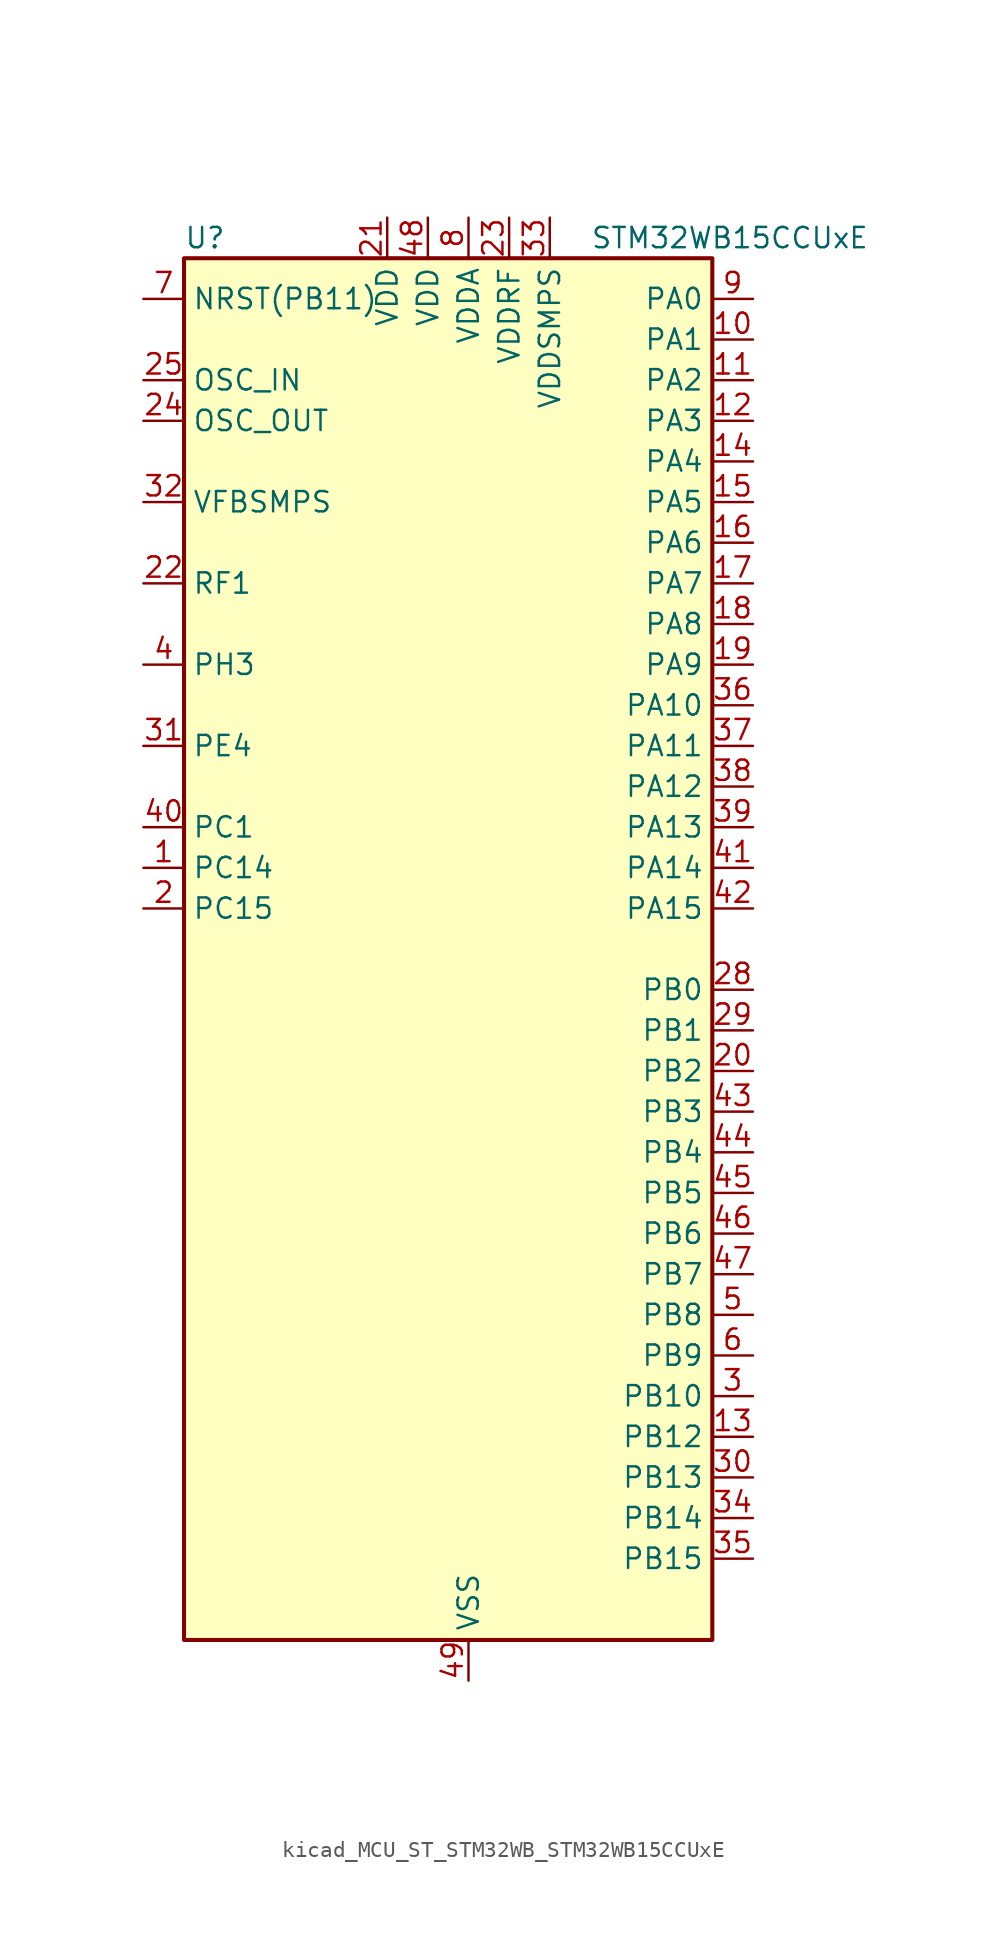
<source format=kicad_sym>
(kicad_symbol_lib
  (version 20220914)
  (generator kicad_symbol_editor)
  (symbol "kicad_MCU_ST_STM32WB_STM32WB15CCUxE"
    (property "Reference" "U"
      (at -15.24 44.45 0)
      (effects (font (size 1.27 1.27)) (justify left)))
    (property "Value" "STM32WB15CCUxE"
      (at 10.16 44.45 0)
      (effects (font (size 1.27 1.27)) (justify left)))
    (property "ki_locked" ""
      (at 0 0 0)
      (effects (font (size 1.27 1.27))))
    (symbol "kicad_MCU_ST_STM32WB_STM32WB15CCUxE_0_1"
      (rectangle (start -15.24 -43.18) (end 17.78 43.18) (stroke (width 0.254) (type default)) (fill (type background))))
    (symbol "kicad_MCU_ST_STM32WB_STM32WB15CCUxE_1_1"
      (pin bidirectional line (at -17.78 5.08 0) (length 2.54) (name "PC14" (effects (font (size 1.27 1.27)))) (number "1" (effects (font (size 1.27 1.27)))) (alternate "RCC_OSC32_IN" bidirectional line))
      (pin bidirectional line (at 20.32 38.1 180) (length 2.54) (name "PA1" (effects (font (size 1.27 1.27)))) (number "10" (effects (font (size 1.27 1.27)))) (alternate "ADC1_IN6" bidirectional line) (alternate "COMP1_INP" bidirectional line) (alternate "I2C1_SMBA" bidirectional line) (alternate "SPI1_SCK" bidirectional line) (alternate "TIM2_CH2" bidirectional line))
      (pin bidirectional line (at 20.32 35.56 180) (length 2.54) (name "PA2" (effects (font (size 1.27 1.27)))) (number "11" (effects (font (size 1.27 1.27)))) (alternate "ADC1_IN7" bidirectional line) (alternate "LPUART1_TX" bidirectional line) (alternate "RCC_LSCO" bidirectional line) (alternate "SYS_WKUP4" bidirectional line) (alternate "TIM2_CH3" bidirectional line))
      (pin bidirectional line (at 20.32 33.02 180) (length 2.54) (name "PA3" (effects (font (size 1.27 1.27)))) (number "12" (effects (font (size 1.27 1.27)))) (alternate "ADC1_IN8" bidirectional line) (alternate "LPUART1_RX" bidirectional line) (alternate "TIM2_CH4" bidirectional line))
      (pin bidirectional line (at 20.32 -30.48 180) (length 2.54) (name "PB12" (effects (font (size 1.27 1.27)))) (number "13" (effects (font (size 1.27 1.27)))) (alternate "TIM2_CH2" bidirectional line) (alternate "TSC_G1_IO1" bidirectional line))
      (pin bidirectional line (at 20.32 30.48 180) (length 2.54) (name "PA4" (effects (font (size 1.27 1.27)))) (number "14" (effects (font (size 1.27 1.27)))) (alternate "ADC1_IN9" bidirectional line) (alternate "COMP1_INM" bidirectional line) (alternate "LPTIM2_OUT" bidirectional line) (alternate "SPI1_NSS" bidirectional line))
      (pin bidirectional line (at 20.32 27.94 180) (length 2.54) (name "PA5" (effects (font (size 1.27 1.27)))) (number "15" (effects (font (size 1.27 1.27)))) (alternate "ADC1_IN10" bidirectional line) (alternate "COMP1_INM" bidirectional line) (alternate "LPTIM2_ETR" bidirectional line) (alternate "SPI1_MOSI" bidirectional line) (alternate "SPI1_SCK" bidirectional line) (alternate "TIM2_CH1" bidirectional line) (alternate "TIM2_ETR" bidirectional line))
      (pin bidirectional line (at 20.32 25.4 180) (length 2.54) (name "PA6" (effects (font (size 1.27 1.27)))) (number "16" (effects (font (size 1.27 1.27)))) (alternate "ADC1_IN11" bidirectional line) (alternate "LPUART1_CTS" bidirectional line) (alternate "SPI1_MISO" bidirectional line) (alternate "TIM1_BKIN" bidirectional line))
      (pin bidirectional line (at 20.32 22.86 180) (length 2.54) (name "PA7" (effects (font (size 1.27 1.27)))) (number "17" (effects (font (size 1.27 1.27)))) (alternate "ADC1_IN2" bidirectional line) (alternate "SPI1_MOSI" bidirectional line) (alternate "TIM1_CH1N" bidirectional line))
      (pin bidirectional line (at 20.32 20.32 180) (length 2.54) (name "PA8" (effects (font (size 1.27 1.27)))) (number "18" (effects (font (size 1.27 1.27)))) (alternate "ADC1_IN3" bidirectional line) (alternate "LPTIM2_OUT" bidirectional line) (alternate "RCC_MCO" bidirectional line) (alternate "TIM1_CH1" bidirectional line) (alternate "USART1_CK" bidirectional line))
      (pin bidirectional line (at 20.32 17.78 180) (length 2.54) (name "PA9" (effects (font (size 1.27 1.27)))) (number "19" (effects (font (size 1.27 1.27)))) (alternate "ADC1_IN4" bidirectional line) (alternate "COMP1_INM" bidirectional line) (alternate "I2C1_SCL" bidirectional line) (alternate "TIM1_CH2" bidirectional line) (alternate "USART1_TX" bidirectional line))
      (pin bidirectional line (at -17.78 2.54 0) (length 2.54) (name "PC15" (effects (font (size 1.27 1.27)))) (number "2" (effects (font (size 1.27 1.27)))) (alternate "RCC_OSC32_OUT" bidirectional line))
      (pin bidirectional line (at 20.32 -7.62 180) (length 2.54) (name "PB2" (effects (font (size 1.27 1.27)))) (number "20" (effects (font (size 1.27 1.27)))) (alternate "COMP1_INP" bidirectional line) (alternate "LPTIM1_OUT" bidirectional line) (alternate "RTC_OUT" bidirectional line) (alternate "SPI1_NSS" bidirectional line))
      (pin power_in line (at -2.54 45.72 270) (length 2.54) (name "VDD" (effects (font (size 1.27 1.27)))) (number "21" (effects (font (size 1.27 1.27)))))
      (pin bidirectional line (at -17.78 22.86 0) (length 2.54) (name "RF1" (effects (font (size 1.27 1.27)))) (number "22" (effects (font (size 1.27 1.27)))) (alternate "RF_RF1" bidirectional line))
      (pin power_in line (at 5.08 45.72 270) (length 2.54) (name "VDDRF" (effects (font (size 1.27 1.27)))) (number "23" (effects (font (size 1.27 1.27)))))
      (pin input line (at -17.78 33.02 0) (length 2.54) (name "OSC_OUT" (effects (font (size 1.27 1.27)))) (number "24" (effects (font (size 1.27 1.27)))) (alternate "RCC_OSC_OUT" bidirectional line))
      (pin input line (at -17.78 35.56 0) (length 2.54) (name "OSC_IN" (effects (font (size 1.27 1.27)))) (number "25" (effects (font (size 1.27 1.27)))) (alternate "RCC_OSC_IN" bidirectional line))
      (pin no_connect line (at -15.24 -43.18 0) (length 2.54) hide (name "AT0" (effects (font (size 1.27 1.27)))) (number "26" (effects (font (size 1.27 1.27)))))
      (pin no_connect line (at -15.24 -40.64 0) (length 2.54) hide (name "AT1" (effects (font (size 1.27 1.27)))) (number "27" (effects (font (size 1.27 1.27)))))
      (pin bidirectional line (at 20.32 -2.54 180) (length 2.54) (name "PB0" (effects (font (size 1.27 1.27)))) (number "28" (effects (font (size 1.27 1.27)))) (alternate "COMP1_OUT" bidirectional line) (alternate "RF_TX_MOD_EXT_PA" bidirectional line))
      (pin bidirectional line (at 20.32 -5.08 180) (length 2.54) (name "PB1" (effects (font (size 1.27 1.27)))) (number "29" (effects (font (size 1.27 1.27)))) (alternate "LPTIM2_IN1" bidirectional line) (alternate "LPUART1_DE" bidirectional line) (alternate "LPUART1_RTS" bidirectional line))
      (pin bidirectional line (at 20.32 -27.94 180) (length 2.54) (name "PB10" (effects (font (size 1.27 1.27)))) (number "3" (effects (font (size 1.27 1.27)))) (alternate "TSC_G3_IO2" bidirectional line))
      (pin bidirectional line (at 20.32 -33.02 180) (length 2.54) (name "PB13" (effects (font (size 1.27 1.27)))) (number "30" (effects (font (size 1.27 1.27)))) (alternate "TIM2_CH3" bidirectional line) (alternate "TSC_G1_IO2" bidirectional line))
      (pin bidirectional line (at -17.78 12.7 0) (length 2.54) (name "PE4" (effects (font (size 1.27 1.27)))) (number "31" (effects (font (size 1.27 1.27)))))
      (pin input line (at -17.78 27.94 0) (length 2.54) (name "VFBSMPS" (effects (font (size 1.27 1.27)))) (number "32" (effects (font (size 1.27 1.27)))))
      (pin power_in line (at 7.62 45.72 270) (length 2.54) (name "VDDSMPS" (effects (font (size 1.27 1.27)))) (number "33" (effects (font (size 1.27 1.27)))))
      (pin bidirectional line (at 20.32 -35.56 180) (length 2.54) (name "PB14" (effects (font (size 1.27 1.27)))) (number "34" (effects (font (size 1.27 1.27)))) (alternate "TIM1_CH1" bidirectional line))
      (pin bidirectional line (at 20.32 -38.1 180) (length 2.54) (name "PB15" (effects (font (size 1.27 1.27)))) (number "35" (effects (font (size 1.27 1.27)))) (alternate "TIM2_CH1" bidirectional line))
      (pin bidirectional line (at 20.32 15.24 180) (length 2.54) (name "PA10" (effects (font (size 1.27 1.27)))) (number "36" (effects (font (size 1.27 1.27)))) (alternate "I2C1_SDA" bidirectional line) (alternate "TIM1_CH3" bidirectional line) (alternate "TSC_G7_IO2" bidirectional line) (alternate "USART1_RX" bidirectional line))
      (pin bidirectional line (at 20.32 12.7 180) (length 2.54) (name "PA11" (effects (font (size 1.27 1.27)))) (number "37" (effects (font (size 1.27 1.27)))) (alternate "ADC1_EXTI11" bidirectional line) (alternate "SPI1_MISO" bidirectional line) (alternate "TIM1_BKIN2" bidirectional line) (alternate "TIM1_CH4" bidirectional line) (alternate "USART1_CTS" bidirectional line) (alternate "USART1_NSS" bidirectional line))
      (pin bidirectional line (at 20.32 10.16 180) (length 2.54) (name "PA12" (effects (font (size 1.27 1.27)))) (number "38" (effects (font (size 1.27 1.27)))) (alternate "LPUART1_RX" bidirectional line) (alternate "SPI1_MOSI" bidirectional line) (alternate "TIM1_ETR" bidirectional line) (alternate "USART1_DE" bidirectional line) (alternate "USART1_RTS" bidirectional line))
      (pin bidirectional line (at 20.32 7.62 180) (length 2.54) (name "PA13" (effects (font (size 1.27 1.27)))) (number "39" (effects (font (size 1.27 1.27)))) (alternate "SPI1_MOSI" bidirectional line) (alternate "SYS_JTMS-SWDIO" bidirectional line) (alternate "TSC_G7_IO1" bidirectional line))
      (pin bidirectional line (at -17.78 17.78 0) (length 2.54) (name "PH3" (effects (font (size 1.27 1.27)))) (number "4" (effects (font (size 1.27 1.27)))) (alternate "RCC_LSCO" bidirectional line))
      (pin bidirectional line (at -17.78 7.62 0) (length 2.54) (name "PC1" (effects (font (size 1.27 1.27)))) (number "40" (effects (font (size 1.27 1.27)))) (alternate "TSC_G3_IO3" bidirectional line))
      (pin bidirectional line (at 20.32 5.08 180) (length 2.54) (name "PA14" (effects (font (size 1.27 1.27)))) (number "41" (effects (font (size 1.27 1.27)))) (alternate "I2C1_SMBA" bidirectional line) (alternate "LPTIM1_OUT" bidirectional line) (alternate "SPI1_NSS" bidirectional line) (alternate "SYS_JTCK-SWCLK" bidirectional line))
      (pin bidirectional line (at 20.32 2.54 180) (length 2.54) (name "PA15" (effects (font (size 1.27 1.27)))) (number "42" (effects (font (size 1.27 1.27)))) (alternate "RCC_MCO" bidirectional line) (alternate "SPI1_NSS" bidirectional line) (alternate "SYS_JTDI" bidirectional line) (alternate "TIM2_CH1" bidirectional line) (alternate "TIM2_ETR" bidirectional line) (alternate "TSC_G3_IO1" bidirectional line))
      (pin bidirectional line (at 20.32 -10.16 180) (length 2.54) (name "PB3" (effects (font (size 1.27 1.27)))) (number "43" (effects (font (size 1.27 1.27)))) (alternate "SPI1_SCK" bidirectional line) (alternate "SYS_JTDO-SWO" bidirectional line) (alternate "TIM2_CH2" bidirectional line) (alternate "USART1_DE" bidirectional line) (alternate "USART1_RTS" bidirectional line))
      (pin bidirectional line (at 20.32 -12.7 180) (length 2.54) (name "PB4" (effects (font (size 1.27 1.27)))) (number "44" (effects (font (size 1.27 1.27)))) (alternate "SPI1_MISO" bidirectional line) (alternate "SYS_JTRST" bidirectional line) (alternate "TSC_G2_IO1" bidirectional line) (alternate "USART1_CTS" bidirectional line) (alternate "USART1_NSS" bidirectional line))
      (pin bidirectional line (at 20.32 -15.24 180) (length 2.54) (name "PB5" (effects (font (size 1.27 1.27)))) (number "45" (effects (font (size 1.27 1.27)))) (alternate "I2C1_SMBA" bidirectional line) (alternate "LPTIM1_IN1" bidirectional line) (alternate "LPUART1_TX" bidirectional line) (alternate "SPI1_MOSI" bidirectional line) (alternate "TSC_G2_IO2" bidirectional line) (alternate "USART1_CK" bidirectional line))
      (pin bidirectional line (at 20.32 -17.78 180) (length 2.54) (name "PB6" (effects (font (size 1.27 1.27)))) (number "46" (effects (font (size 1.27 1.27)))) (alternate "I2C1_SCL" bidirectional line) (alternate "LPTIM1_ETR" bidirectional line) (alternate "RCC_MCO" bidirectional line) (alternate "SPI1_NSS" bidirectional line) (alternate "TSC_G2_IO3" bidirectional line) (alternate "USART1_TX" bidirectional line))
      (pin bidirectional line (at 20.32 -20.32 180) (length 2.54) (name "PB7" (effects (font (size 1.27 1.27)))) (number "47" (effects (font (size 1.27 1.27)))) (alternate "I2C1_SDA" bidirectional line) (alternate "LPTIM1_IN2" bidirectional line) (alternate "SYS_PVD_IN" bidirectional line) (alternate "TIM1_BKIN" bidirectional line) (alternate "TIM1_CH3" bidirectional line) (alternate "TSC_G2_IO4" bidirectional line) (alternate "USART1_RX" bidirectional line))
      (pin power_in line (at 0 45.72 270) (length 2.54) (name "VDD" (effects (font (size 1.27 1.27)))) (number "48" (effects (font (size 1.27 1.27)))))
      (pin power_in line (at 2.54 -45.72 90) (length 2.54) (name "VSS" (effects (font (size 1.27 1.27)))) (number "49" (effects (font (size 1.27 1.27)))))
      (pin bidirectional line (at 20.32 -22.86 180) (length 2.54) (name "PB8" (effects (font (size 1.27 1.27)))) (number "5" (effects (font (size 1.27 1.27)))) (alternate "I2C1_SCL" bidirectional line) (alternate "TIM1_CH2N" bidirectional line) (alternate "TSC_G7_IO3" bidirectional line))
      (pin bidirectional line (at 20.32 -25.4 180) (length 2.54) (name "PB9" (effects (font (size 1.27 1.27)))) (number "6" (effects (font (size 1.27 1.27)))) (alternate "I2C1_SDA" bidirectional line) (alternate "TIM1_CH3N" bidirectional line) (alternate "TSC_G7_IO4" bidirectional line))
      (pin input line (at -17.78 40.64 0) (length 2.54) (name "NRST(PB11)" (effects (font (size 1.27 1.27)))) (number "7" (effects (font (size 1.27 1.27)))))
      (pin power_in line (at 2.54 45.72 270) (length 2.54) (name "VDDA" (effects (font (size 1.27 1.27)))) (number "8" (effects (font (size 1.27 1.27)))))
      (pin bidirectional line (at 20.32 40.64 180) (length 2.54) (name "PA0" (effects (font (size 1.27 1.27)))) (number "9" (effects (font (size 1.27 1.27)))) (alternate "ADC1_IN5" bidirectional line) (alternate "COMP1_INM" bidirectional line) (alternate "COMP1_OUT" bidirectional line) (alternate "RTC_TAMP2" bidirectional line) (alternate "SYS_WKUP1" bidirectional line) (alternate "TIM2_CH1" bidirectional line) (alternate "TIM2_ETR" bidirectional line)))))
</source>
